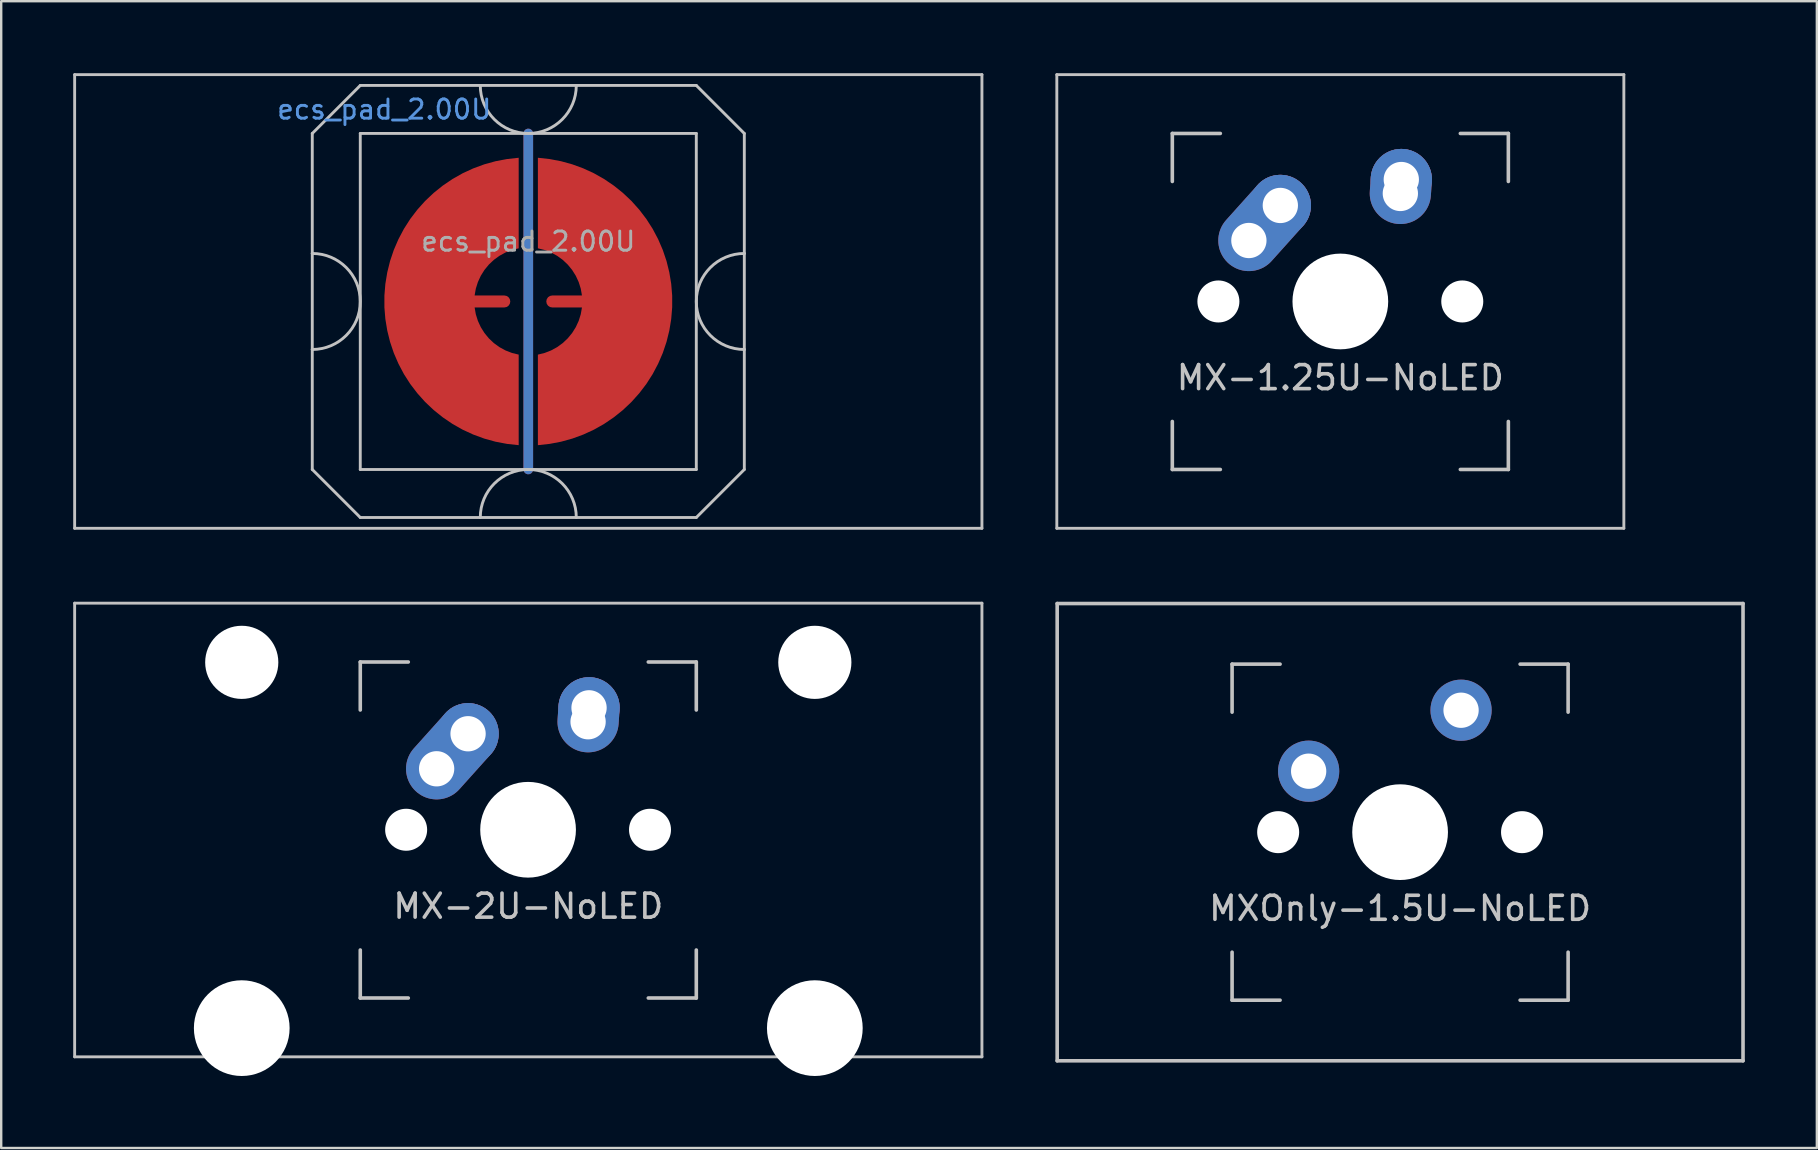
<source format=kicad_pcb>
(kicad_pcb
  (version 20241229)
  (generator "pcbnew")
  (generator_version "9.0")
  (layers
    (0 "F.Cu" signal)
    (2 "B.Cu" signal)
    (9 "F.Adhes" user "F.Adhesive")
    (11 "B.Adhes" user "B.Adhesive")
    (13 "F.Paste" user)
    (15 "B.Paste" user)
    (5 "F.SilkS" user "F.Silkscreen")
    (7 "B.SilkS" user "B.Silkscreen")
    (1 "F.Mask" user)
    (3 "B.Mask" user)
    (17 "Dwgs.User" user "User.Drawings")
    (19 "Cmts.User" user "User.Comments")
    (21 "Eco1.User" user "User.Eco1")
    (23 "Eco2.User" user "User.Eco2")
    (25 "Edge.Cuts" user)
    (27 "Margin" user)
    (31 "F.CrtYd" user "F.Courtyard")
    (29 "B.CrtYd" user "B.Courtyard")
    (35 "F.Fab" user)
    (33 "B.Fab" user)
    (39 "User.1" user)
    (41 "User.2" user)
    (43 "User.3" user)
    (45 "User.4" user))
  (footprint "MX-2U-NoLED"
    (layer "F.Cu")
    (at 18.96 31.53)
    (property "Reference" "MX-2U-NoLED" (at 0 3.175 0) (layer "Dwgs.User") (effects (font (size 1 1) (thickness 0.15))))
    (attr through_hole)
    (fp_line (start -18.9 -9.45) (end -18.9 9.45) (stroke (width 0.12) (type solid)) (layer "Dwgs.User"))
    (fp_line (start -18.9 9.45) (end 18.9 9.45) (stroke (width 0.12) (type solid)) (layer "Dwgs.User"))
    (fp_line (start -7 -7) (end -7 -5) (stroke (width 0.15) (type solid)) (layer "Dwgs.User"))
    (fp_line (start -7 5) (end -7 7) (stroke (width 0.15) (type solid)) (layer "Dwgs.User"))
    (fp_line (start -7 7) (end -5 7) (stroke (width 0.15) (type solid)) (layer "Dwgs.User"))
    (fp_line (start -5 -7) (end -7 -7) (stroke (width 0.15) (type solid)) (layer "Dwgs.User"))
    (fp_line (start 5 -7) (end 7 -7) (stroke (width 0.15) (type solid)) (layer "Dwgs.User"))
    (fp_line (start 5 7) (end 7 7) (stroke (width 0.15) (type solid)) (layer "Dwgs.User"))
    (fp_line (start 7 -7) (end 7 -5) (stroke (width 0.15) (type solid)) (layer "Dwgs.User"))
    (fp_line (start 7 7) (end 7 5) (stroke (width 0.15) (type solid)) (layer "Dwgs.User"))
    (fp_line (start 18.9 -9.45) (end -18.9 -9.45) (stroke (width 0.12) (type solid)) (layer "Dwgs.User"))
    (fp_line (start 18.9 9.45) (end 18.9 -9.45) (stroke (width 0.12) (type solid)) (layer "Dwgs.User"))
    (pad "" np_thru_hole circle (at -11.938 -6.985) (size 3.048 3.048) (drill 3.048) (layers "*.Cu" "*.Mask"))
    (pad "" np_thru_hole circle (at -11.938 8.255) (size 3.988 3.988) (drill 3.988) (layers "*.Cu" "*.Mask"))
    (pad "" np_thru_hole circle (at -5.089 -0.01 48.1) (size 1.75 1.75) (drill 1.75) (layers "*.Cu" "*.Mask"))
    (pad "" np_thru_hole circle (at -0.009 -0.01) (size 3.988 3.988) (drill 3.988) (layers "*.Cu" "*.Mask"))
    (pad "" np_thru_hole circle (at 5.071 -0.01 48.1) (size 1.75 1.75) (drill 1.75) (layers "*.Cu" "*.Mask"))
    (pad "" np_thru_hole circle (at 11.938 -6.985) (size 3.048 3.048) (drill 3.048) (layers "*.Cu" "*.Mask"))
    (pad "" np_thru_hole circle (at 11.938 8.255) (size 3.988 3.988) (drill 3.988) (layers "*.Cu" "*.Mask"))
    (pad "1" thru_hole oval (at -3.819 -2.55 48.099) (size 4.512 2.55) (drill 1.47 (offset 0.981 0)) (layers "*.Cu" "B.Mask"))
    (pad "1" thru_hole circle (at -2.509 -4.01) (size 2.55 2.55) (drill 1.47) (layers "*.Cu" "B.Mask"))
    (pad "2" thru_hole oval (at 2.491 -4.51 86.054) (size 3.131 2.55) (drill 1.47 (offset 0.291 0)) (layers "*.Cu" "B.Mask"))
    (pad "2" thru_hole circle (at 2.531 -5.09) (size 2.55 2.55) (drill 1.47) (layers "*.Cu" "B.Mask")))
  (footprint "ecs_pad_2.00U"
    (layer "F.Cu")
    (at 18.96 9.51)
    (property "Reference" "ecs_pad_2.00U" (at -6 -8 180) (layer "Cmts.User") (effects (font (size 0.8 0.8) (thickness 0.12))))
    (attr smd)
    (fp_line (start -18.9 -9.45) (end 18.9 -9.45) (stroke (width 0.12) (type solid)) (layer "Dwgs.User"))
    (fp_line (start -18.9 9.45) (end -18.9 -9.45) (stroke (width 0.12) (type solid)) (layer "Dwgs.User"))
    (fp_line (start -9 -7) (end -9 -2) (stroke (width 0.12) (type solid)) (layer "Dwgs.User"))
    (fp_line (start -9 -2) (end -9 2) (stroke (width 0.12) (type solid)) (layer "Dwgs.User"))
    (fp_line (start -9 2) (end -9 7) (stroke (width 0.12) (type solid)) (layer "Dwgs.User"))
    (fp_line (start -9 7) (end -7 9) (stroke (width 0.12) (type solid)) (layer "Dwgs.User"))
    (fp_line (start -7 -9) (end -9 -7) (stroke (width 0.12) (type solid)) (layer "Dwgs.User"))
    (fp_line (start -7 -7) (end -7 7) (stroke (width 0.12) (type solid)) (layer "Dwgs.User"))
    (fp_line (start -7 7) (end 7 7) (stroke (width 0.12) (type solid)) (layer "Dwgs.User"))
    (fp_line (start -7 9) (end 7 9) (stroke (width 0.12) (type solid)) (layer "Dwgs.User"))
    (fp_line (start 7 -9) (end -7 -9) (stroke (width 0.12) (type solid)) (layer "Dwgs.User"))
    (fp_line (start 7 -9) (end 9 -7) (stroke (width 0.12) (type solid)) (layer "Dwgs.User"))
    (fp_line (start 7 -7) (end -7 -7) (stroke (width 0.12) (type solid)) (layer "Dwgs.User"))
    (fp_line (start 7 7) (end 7 -7) (stroke (width 0.12) (type solid)) (layer "Dwgs.User"))
    (fp_line (start 7 9) (end 9 7) (stroke (width 0.12) (type solid)) (layer "Dwgs.User"))
    (fp_line (start 9 -2) (end 9 -7) (stroke (width 0.12) (type solid)) (layer "Dwgs.User"))
    (fp_line (start 9 -2) (end 9 2) (stroke (width 0.12) (type solid)) (layer "Dwgs.User"))
    (fp_line (start 9 7) (end 9 2) (stroke (width 0.12) (type solid)) (layer "Dwgs.User"))
    (fp_line (start 18.9 -9.45) (end 18.9 9.45) (stroke (width 0.12) (type solid)) (layer "Dwgs.User"))
    (fp_line (start 18.9 9.45) (end -18.9 9.45) (stroke (width 0.12) (type solid)) (layer "Dwgs.User"))
    (fp_arc (start -9 -2) (mid -7 0) (end -9 2) (stroke (width 0.12) (type solid)) (layer "Dwgs.User"))
    (fp_arc (start -2 9) (mid 0 7) (end 2 9) (stroke (width 0.12) (type solid)) (layer "Dwgs.User"))
    (fp_arc (start 2 -9) (mid 0 -7) (end -2 -9) (stroke (width 0.12) (type solid)) (layer "Dwgs.User"))
    (fp_arc (start 9 2) (mid 7 0) (end 9 -2) (stroke (width 0.12) (type solid)) (layer "Dwgs.User"))
    (fp_circle (center 0 0) (end 6.553 0) (stroke (width 0.12) (type solid)) (fill no) (layer "User.3"))
    (fp_text user "${REFERENCE}" (at 0 -2.5 180) (layer "F.Fab") (effects (font (size 0.8 0.8) (thickness 0.12))))
    (pad "1" smd custom (at -1 0) (size 0.4 0.4) (layers "F.Cu") (options (anchor circle)) (primitives (gr_poly (pts (xy 0.6 -2.214) (xy 0.32 -2.145) (xy 0.052 -2.041) (xy -0.201 -1.903) (xy -0.434 -1.734) (xy -0.644 -1.536) (xy -0.826 -1.314) (xy -0.979 -1.07) (xy -1.1 -0.808) (xy -1.186 -0.534) (xy -1.236 -0.25) (xy 0 -0.25) (xy 0.096 -0.231) (xy 0.177 -0.177) (xy 0.231 -0.096) (xy 0.25 0) (xy 0.231 0.096) (xy 0.177 0.177) (xy 0.096 0.231) (xy 0 0.25) (xy -1.236 0.25) (xy -1.186 0.534) (xy -1.1 0.808) (xy -0.979 1.07) (xy -0.826 1.314) (xy -0.644 1.536) (xy -0.434 1.734) (xy -0.201 1.903) (xy 0.052 2.041) (xy 0.32 2.145) (xy 0.6 2.214) (xy 0.6 5.987) (xy 0.115 5.934) (xy -0.364 5.843) (xy -0.834 5.713) (xy -1.292 5.545) (xy -1.735 5.341) (xy -2.159 5.101) (xy -2.563 4.827) (xy -2.943 4.522) (xy -3.298 4.187) (xy -3.623 3.824) (xy -3.919 3.436) (xy -4.182 3.025) (xy -4.41 2.594) (xy -4.603 2.147) (xy -4.759 1.684) (xy -4.876 1.211) (xy -4.955 0.73) (xy -4.995 0.244) (xy -4.995 -0.244) (xy -4.955 -0.73) (xy -4.876 -1.211) (xy -4.759 -1.684) (xy -4.603 -2.147) (xy -4.41 -2.594) (xy -4.182 -3.025) (xy -3.919 -3.436) (xy -3.623 -3.824) (xy -3.298 -4.187) (xy -2.943 -4.522) (xy -2.563 -4.827) (xy -2.159 -5.101) (xy -1.735 -5.341) (xy -1.292 -5.545) (xy -0.834 -5.713) (xy -0.364 -5.843) (xy 0.115 -5.934) (xy 0.6 -5.987)) (width 0) (fill yes))))
    (pad "2" smd custom (at 1 0 180) (size 0.4 0.4) (layers "F.Cu") (options (anchor circle)) (primitives (gr_poly (pts (xy 0.6 -2.214) (xy 0.32 -2.145) (xy 0.052 -2.041) (xy -0.201 -1.903) (xy -0.434 -1.734) (xy -0.644 -1.536) (xy -0.826 -1.314) (xy -0.979 -1.07) (xy -1.1 -0.808) (xy -1.186 -0.534) (xy -1.236 -0.25) (xy 0 -0.25) (xy 0.096 -0.231) (xy 0.177 -0.177) (xy 0.231 -0.096) (xy 0.25 0) (xy 0.231 0.096) (xy 0.177 0.177) (xy 0.096 0.231) (xy 0 0.25) (xy -1.236 0.25) (xy -1.186 0.534) (xy -1.1 0.808) (xy -0.979 1.07) (xy -0.826 1.314) (xy -0.644 1.536) (xy -0.434 1.734) (xy -0.201 1.903) (xy 0.052 2.041) (xy 0.32 2.145) (xy 0.6 2.214) (xy 0.6 5.987) (xy 0.115 5.934) (xy -0.364 5.843) (xy -0.834 5.713) (xy -1.292 5.545) (xy -1.735 5.341) (xy -2.159 5.101) (xy -2.563 4.827) (xy -2.943 4.522) (xy -3.298 4.187) (xy -3.623 3.824) (xy -3.919 3.436) (xy -4.182 3.025) (xy -4.41 2.594) (xy -4.603 2.147) (xy -4.759 1.684) (xy -4.876 1.211) (xy -4.955 0.73) (xy -4.995 0.244) (xy -4.995 -0.244) (xy -4.955 -0.73) (xy -4.876 -1.211) (xy -4.759 -1.684) (xy -4.603 -2.147) (xy -4.41 -2.594) (xy -4.182 -3.025) (xy -3.919 -3.436) (xy -3.623 -3.824) (xy -3.298 -4.187) (xy -2.943 -4.522) (xy -2.563 -4.827) (xy -2.159 -5.101) (xy -1.735 -5.341) (xy -1.292 -5.545) (xy -0.834 -5.713) (xy -0.364 -5.843) (xy 0.115 -5.934) (xy 0.6 -5.987)) (width 0) (fill yes))))
    (pad "3" smd custom (at 0 -7) (size 0.4 0.4) (layers "F.Cu") (options (anchor circle)) (primitives (gr_line (start 0 0) (end 0 14) (width 0.4))))
    (pad "3" smd custom (at 0 -7) (size 0.4 0.4) (layers "B.Cu") (options (anchor circle)) (primitives (gr_line (start 0 0) (end 0 14) (width 0.4))))
    (zone (net_name "") (layer "B.Cu") (hatch edge 0.508) (connect_pads) (min_thickness 0.254) (filled_areas_thickness no) (keepout (tracks allowed) (vias allowed) (pads allowed) (copperpour not_allowed) (footprints allowed)) (placement (enabled no)) (fill) (polygon (pts (xy 25.518 9.51) (xy 25.498 8.995) (xy 25.438 8.484) (xy 25.337 7.979) (xy 25.197 7.483) (xy 25.019 7) (xy 24.803 6.533) (xy 24.552 6.083) (xy 24.266 5.655) (xy 23.947 5.251) (xy 23.597 4.873) (xy 23.219 4.523) (xy 22.815 4.204) (xy 22.387 3.918) (xy 21.937 3.667) (xy 21.47 3.451) (xy 20.987 3.273) (xy 20.491 3.133) (xy 19.986 3.032) (xy 19.475 2.972) (xy 18.96 2.952) (xy 18.445 2.972) (xy 17.934 3.032) (xy 17.429 3.133) (xy 16.933 3.273) (xy 16.45 3.451) (xy 15.983 3.667) (xy 15.533 3.918) (xy 15.105 4.204) (xy 14.701 4.523) (xy 14.323 4.873) (xy 13.973 5.251) (xy 13.654 5.655) (xy 13.368 6.083) (xy 13.117 6.533) (xy 12.901 7) (xy 12.723 7.483) (xy 12.583 7.979) (xy 12.482 8.484) (xy 12.422 8.995) (xy 12.402 9.51) (xy 12.422 10.025) (xy 12.482 10.536) (xy 12.583 11.041) (xy 12.723 11.537) (xy 12.901 12.02) (xy 13.117 12.487) (xy 13.368 12.937) (xy 13.654 13.365) (xy 13.973 13.769) (xy 14.323 14.147) (xy 14.701 14.497) (xy 15.105 14.816) (xy 15.533 15.102) (xy 15.983 15.353) (xy 16.45 15.569) (xy 16.933 15.747) (xy 17.429 15.887) (xy 17.934 15.988) (xy 18.445 16.048) (xy 18.96 16.068) (xy 19.475 16.048) (xy 19.986 15.988) (xy 20.491 15.887) (xy 20.987 15.747) (xy 21.47 15.569) (xy 21.937 15.353) (xy 22.387 15.102) (xy 22.815 14.816) (xy 23.219 14.497) (xy 23.597 14.147) (xy 23.947 13.769) (xy 24.266 13.365) (xy 24.552 12.937) (xy 24.803 12.487) (xy 25.019 12.02) (xy 25.197 11.537) (xy 25.337 11.041) (xy 25.438 10.536) (xy 25.498 10.025)))))
  (footprint "MXOnly-1.5U-NoLED"
    (layer "F.Cu")
    (at 55.282 31.62)
    (property "Reference" "MXOnly-1.5U-NoLED" (at 0 3.175 0) (layer "Dwgs.User") (effects (font (size 1 1) (thickness 0.15))))
    (attr through_hole)
    (fp_line (start -14.287 -9.525) (end 14.287 -9.525) (stroke (width 0.15) (type solid)) (layer "Dwgs.User"))
    (fp_line (start -14.287 9.525) (end -14.287 -9.525) (stroke (width 0.15) (type solid)) (layer "Dwgs.User"))
    (fp_line (start -14.287 9.525) (end 14.287 9.525) (stroke (width 0.15) (type solid)) (layer "Dwgs.User"))
    (fp_line (start -7 -7) (end -7 -5) (stroke (width 0.15) (type solid)) (layer "Dwgs.User"))
    (fp_line (start -7 5) (end -7 7) (stroke (width 0.15) (type solid)) (layer "Dwgs.User"))
    (fp_line (start -7 7) (end -5 7) (stroke (width 0.15) (type solid)) (layer "Dwgs.User"))
    (fp_line (start -5 -7) (end -7 -7) (stroke (width 0.15) (type solid)) (layer "Dwgs.User"))
    (fp_line (start 5 -7) (end 7 -7) (stroke (width 0.15) (type solid)) (layer "Dwgs.User"))
    (fp_line (start 5 7) (end 7 7) (stroke (width 0.15) (type solid)) (layer "Dwgs.User"))
    (fp_line (start 7 -7) (end 7 -5) (stroke (width 0.15) (type solid)) (layer "Dwgs.User"))
    (fp_line (start 7 7) (end 7 5) (stroke (width 0.15) (type solid)) (layer "Dwgs.User"))
    (fp_line (start 14.287 -9.525) (end 14.287 9.525) (stroke (width 0.15) (type solid)) (layer "Dwgs.User"))
    (pad "" np_thru_hole circle (at -5.08 0 48.1) (size 1.75 1.75) (drill 1.75) (layers "*.Cu" "*.Mask"))
    (pad "" np_thru_hole circle (at 0 0) (size 3.988 3.988) (drill 3.988) (layers "*.Cu" "*.Mask"))
    (pad "" np_thru_hole circle (at 5.08 0 48.1) (size 1.75 1.75) (drill 1.75) (layers "*.Cu" "*.Mask"))
    (pad "1" thru_hole circle (at -3.81 -2.54) (size 2.55 2.55) (drill 1.47) (layers "*.Cu" "B.Mask"))
    (pad "2" thru_hole circle (at 2.54 -5.08) (size 2.55 2.55) (drill 1.47) (layers "*.Cu" "B.Mask")))
  (footprint "MX-1.25U-NoLED"
    (layer "F.Cu")
    (at 52.792 9.51)
    (property "Reference" "MX-1.25U-NoLED" (at 0 3.175 0) (layer "Dwgs.User") (effects (font (size 1 1) (thickness 0.15))))
    (attr through_hole)
    (fp_line (start -11.812 -9.45) (end -11.812 9.45) (stroke (width 0.12) (type solid)) (layer "Dwgs.User"))
    (fp_line (start -11.812 9.45) (end 11.812 9.45) (stroke (width 0.12) (type solid)) (layer "Dwgs.User"))
    (fp_line (start -7 -7) (end -7 -5) (stroke (width 0.15) (type solid)) (layer "Dwgs.User"))
    (fp_line (start -7 5) (end -7 7) (stroke (width 0.15) (type solid)) (layer "Dwgs.User"))
    (fp_line (start -7 7) (end -5 7) (stroke (width 0.15) (type solid)) (layer "Dwgs.User"))
    (fp_line (start -5 -7) (end -7 -7) (stroke (width 0.15) (type solid)) (layer "Dwgs.User"))
    (fp_line (start 5 -7) (end 7 -7) (stroke (width 0.15) (type solid)) (layer "Dwgs.User"))
    (fp_line (start 5 7) (end 7 7) (stroke (width 0.15) (type solid)) (layer "Dwgs.User"))
    (fp_line (start 7 -7) (end 7 -5) (stroke (width 0.15) (type solid)) (layer "Dwgs.User"))
    (fp_line (start 7 7) (end 7 5) (stroke (width 0.15) (type solid)) (layer "Dwgs.User"))
    (fp_line (start 11.812 -9.45) (end -11.812 -9.45) (stroke (width 0.12) (type solid)) (layer "Dwgs.User"))
    (fp_line (start 11.812 9.45) (end 11.812 -9.45) (stroke (width 0.12) (type solid)) (layer "Dwgs.User"))
    (pad "" np_thru_hole circle (at -5.08 0 48.1) (size 1.75 1.75) (drill 1.75) (layers "*.Cu" "*.Mask"))
    (pad "" np_thru_hole circle (at 0 0) (size 3.988 3.988) (drill 3.988) (layers "*.Cu" "*.Mask"))
    (pad "" np_thru_hole circle (at 5.08 0 48.1) (size 1.75 1.75) (drill 1.75) (layers "*.Cu" "*.Mask"))
    (pad "1" thru_hole oval (at -3.81 -2.54 48.099) (size 4.512 2.55) (drill 1.47 (offset 0.981 0)) (layers "*.Cu" "B.Mask"))
    (pad "1" thru_hole circle (at -2.5 -4) (size 2.55 2.55) (drill 1.47) (layers "*.Cu" "B.Mask"))
    (pad "2" thru_hole oval (at 2.5 -4.5 86.054) (size 3.131 2.55) (drill 1.47 (offset 0.291 0)) (layers "*.Cu" "B.Mask"))
    (pad "2" thru_hole circle (at 2.54 -5.08) (size 2.55 2.55) (drill 1.47) (layers "*.Cu" "B.Mask")))
  (gr_rect
    (start -3 -3)
    (end 72.645 44.779)
    (stroke (width 0.1) (type default))
    (fill no)
    (layer "Edge.Cuts")))
</source>
